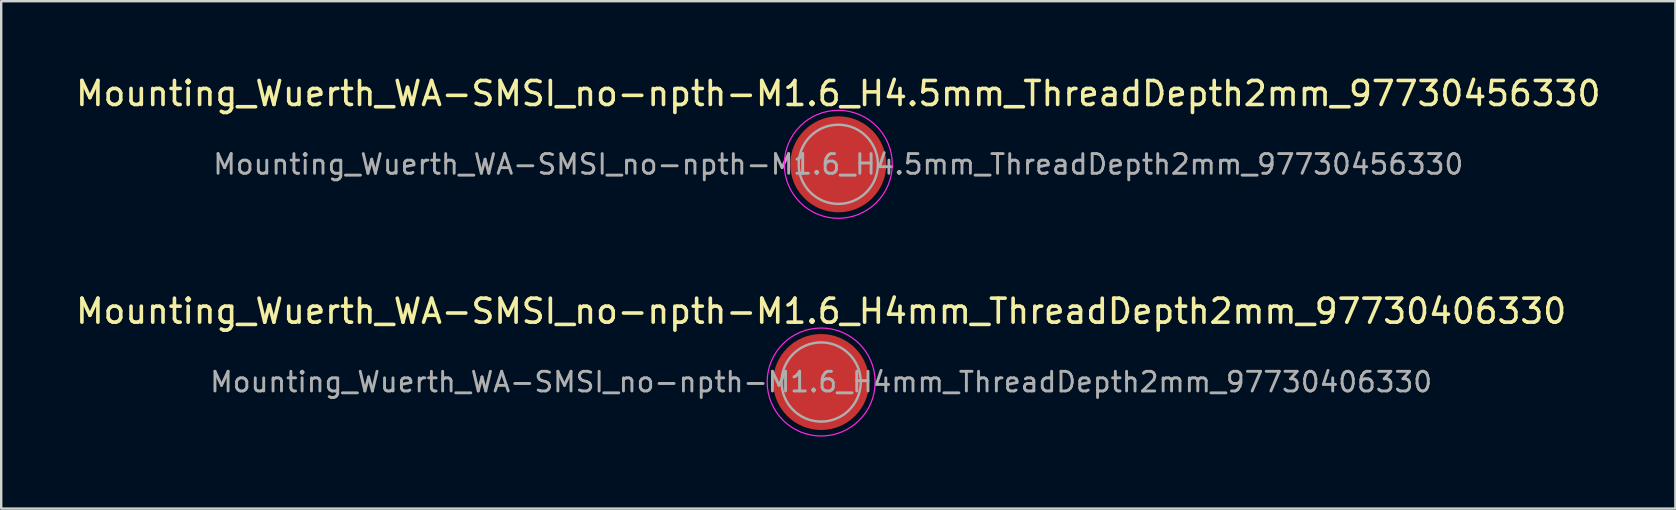
<source format=kicad_pcb>
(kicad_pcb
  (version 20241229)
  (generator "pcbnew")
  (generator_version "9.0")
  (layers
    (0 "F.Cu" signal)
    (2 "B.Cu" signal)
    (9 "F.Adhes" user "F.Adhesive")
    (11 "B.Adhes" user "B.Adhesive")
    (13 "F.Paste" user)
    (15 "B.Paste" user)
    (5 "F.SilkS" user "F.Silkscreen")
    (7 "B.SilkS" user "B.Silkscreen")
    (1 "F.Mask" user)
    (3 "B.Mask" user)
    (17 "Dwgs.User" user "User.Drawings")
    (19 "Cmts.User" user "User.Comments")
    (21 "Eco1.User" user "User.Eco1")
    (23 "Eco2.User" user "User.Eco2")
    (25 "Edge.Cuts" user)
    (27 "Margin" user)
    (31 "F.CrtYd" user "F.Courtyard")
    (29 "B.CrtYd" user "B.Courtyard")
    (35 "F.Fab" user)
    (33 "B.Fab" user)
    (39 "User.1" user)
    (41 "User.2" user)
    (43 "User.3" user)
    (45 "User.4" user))
  (footprint "Mounting_Wuerth_WA-SMSI_no-npth-M1.6_H4mm_ThreadDepth2mm_97730406330"
    (layer "F.Cu")
    (at 31.173 12.871)
    (property "Reference" "Mounting_Wuerth_WA-SMSI_no-npth-M1.6_H4mm_ThreadDepth2mm_97730406330" (at 0 -2.95 0) (layer "F.SilkS") (effects (font (size 1 1) (thickness 0.15))))
    (attr smd)
    (fp_circle (center 0 0) (end 2.25 0) (stroke (width 0.05) (type solid)) (fill no) (layer "F.CrtYd"))
    (fp_circle (center 0 0) (end 1.65 0) (stroke (width 0.1) (type solid)) (fill no) (layer "F.Fab"))
    (fp_text user "${REFERENCE}" (at 0 0 0) (layer "F.Fab") (effects (font (size 0.82 0.82) (thickness 0.12))))
    (pad "" smd custom (at -0.778 -0.778) (size 0.8 0.8) (layers "F.Paste") (options (anchor circle)) (primitives (gr_arc (start 0.465568 0.527817) (mid 0.494975 0.494974) (end 0.527818 0.465567) (width 0.2)) (gr_arc (start 0.344805 0.527817) (mid 0.424264 0.424264) (end 0.527818 0.344805) (width 0.2)) (gr_arc (start 0.232382 0.527817) (mid 0.353553 0.353553) (end 0.527817 0.232382) (width 0.2)) (gr_arc (start 0.123983 0.527817) (mid 0.282843 0.282842) (end 0.527818 0.123983) (width 0.2)) (gr_arc (start 0.017883 0.527817) (mid 0.212132 0.212132) (end 0.527817 0.017883) (width 0.2)) (gr_arc (start -0.086763 0.527817) (mid 0.141421 0.141421) (end 0.527817 -0.086763) (width 0.2)) (gr_arc (start -0.190428 0.527817) (mid 0.070711 0.070711) (end 0.527817 -0.190428) (width 0.2)) (gr_arc (start -0.293397 0.527817) (mid 0 0) (end 0.527817 -0.293397) (width 0.2)) (gr_arc (start -0.395852 0.527817) (mid -0.070711 -0.070711) (end 0.527817 -0.395852) (width 0.2)) (gr_arc (start -0.497918 0.527817) (mid -0.141422 -0.141422) (end 0.527817 -0.497918) (width 0.2)) (gr_arc (start -0.59968 0.527817) (mid -0.212132 -0.212132) (end 0.527817 -0.59968) (width 0.2)) (gr_arc (start -0.701202 0.527817) (mid -0.282843 -0.282843) (end 0.527817 -0.701202) (width 0.2)) (gr_arc (start -0.802531 0.527817) (mid -0.353554 -0.353554) (end 0.527817 -0.802531) (width 0.2)) (gr_arc (start -0.9037 0.527817) (mid -0.424264 -0.424264) (end 0.527817 -0.9037) (width 0.2)) (gr_arc (start -1.004737 0.527817) (mid -0.494975 -0.494975) (end 0.527817 -1.004737) (width 0.2)) (gr_line (start 0.528 0.466) (end 0.528 -1.005) (width 0.2)) (gr_line (start 0.466 0.528) (end -1.005 0.528) (width 0.2))))
    (pad "" smd custom (at -0.778 0.778) (size 0.8 0.8) (layers "F.Paste") (options (anchor circle)) (primitives (gr_arc (start 0.527817 -0.465568) (mid 0.494974 -0.494975) (end 0.465567 -0.527818) (width 0.2)) (gr_arc (start 0.527817 -0.344805) (mid 0.424264 -0.424264) (end 0.344805 -0.527818) (width 0.2)) (gr_arc (start 0.527817 -0.232382) (mid 0.353553 -0.353553) (end 0.232382 -0.527817) (width 0.2)) (gr_arc (start 0.527817 -0.123983) (mid 0.282842 -0.282843) (end 0.123983 -0.527818) (width 0.2)) (gr_arc (start 0.527817 -0.017883) (mid 0.212132 -0.212132) (end 0.017883 -0.527817) (width 0.2)) (gr_arc (start 0.527817 0.086763) (mid 0.141421 -0.141421) (end -0.086763 -0.527817) (width 0.2)) (gr_arc (start 0.527817 0.190428) (mid 0.070711 -0.070711) (end -0.190428 -0.527817) (width 0.2)) (gr_arc (start 0.527817 0.293397) (mid 0 0) (end -0.293397 -0.527817) (width 0.2)) (gr_arc (start 0.527817 0.395852) (mid -0.070711 0.070711) (end -0.395852 -0.527817) (width 0.2)) (gr_arc (start 0.527817 0.497918) (mid -0.141422 0.141422) (end -0.497918 -0.527817) (width 0.2)) (gr_arc (start 0.527817 0.59968) (mid -0.212132 0.212132) (end -0.59968 -0.527817) (width 0.2)) (gr_arc (start 0.527817 0.701202) (mid -0.282843 0.282843) (end -0.701202 -0.527817) (width 0.2)) (gr_arc (start 0.527817 0.802531) (mid -0.353554 0.353554) (end -0.802531 -0.527817) (width 0.2)) (gr_arc (start 0.527817 0.9037) (mid -0.424264 0.424264) (end -0.9037 -0.527817) (width 0.2)) (gr_arc (start 0.527817 1.004737) (mid -0.494975 0.494975) (end -1.004737 -0.527817) (width 0.2)) (gr_line (start 0.466 -0.528) (end -1.005 -0.528) (width 0.2)) (gr_line (start 0.528 -0.466) (end 0.528 1.005) (width 0.2))))
    (pad "" smd custom (at 0.778 -0.778) (size 0.8 0.8) (layers "F.Paste") (options (anchor circle)) (primitives (gr_arc (start -0.527817 0.465568) (mid -0.494974 0.494975) (end -0.465567 0.527818) (width 0.2)) (gr_arc (start -0.527817 0.344805) (mid -0.424264 0.424264) (end -0.344805 0.527818) (width 0.2)) (gr_arc (start -0.527817 0.232382) (mid -0.353553 0.353553) (end -0.232382 0.527817) (width 0.2)) (gr_arc (start -0.527817 0.123983) (mid -0.282842 0.282843) (end -0.123983 0.527818) (width 0.2)) (gr_arc (start -0.527817 0.017883) (mid -0.212132 0.212132) (end -0.017883 0.527817) (width 0.2)) (gr_arc (start -0.527817 -0.086763) (mid -0.141421 0.141421) (end 0.086763 0.527817) (width 0.2)) (gr_arc (start -0.527817 -0.190428) (mid -0.070711 0.070711) (end 0.190428 0.527817) (width 0.2)) (gr_arc (start -0.527817 -0.293397) (mid 0 0) (end 0.293397 0.527817) (width 0.2)) (gr_arc (start -0.527817 -0.395852) (mid 0.070711 -0.070711) (end 0.395852 0.527817) (width 0.2)) (gr_arc (start -0.527817 -0.497918) (mid 0.141422 -0.141422) (end 0.497918 0.527817) (width 0.2)) (gr_arc (start -0.527817 -0.59968) (mid 0.212132 -0.212132) (end 0.59968 0.527817) (width 0.2)) (gr_arc (start -0.527817 -0.701202) (mid 0.282843 -0.282843) (end 0.701202 0.527817) (width 0.2)) (gr_arc (start -0.527817 -0.802531) (mid 0.353554 -0.353554) (end 0.802531 0.527817) (width 0.2)) (gr_arc (start -0.527817 -0.9037) (mid 0.424264 -0.424264) (end 0.9037 0.527817) (width 0.2)) (gr_arc (start -0.527817 -1.004737) (mid 0.494975 -0.494975) (end 1.004737 0.527817) (width 0.2)) (gr_line (start -0.466 0.528) (end 1.005 0.528) (width 0.2)) (gr_line (start -0.528 0.466) (end -0.528 -1.005) (width 0.2))))
    (pad "" smd custom (at 0.778 0.778) (size 0.8 0.8) (layers "F.Paste") (options (anchor circle)) (primitives (gr_arc (start -0.465568 -0.527817) (mid -0.494975 -0.494974) (end -0.527818 -0.465567) (width 0.2)) (gr_arc (start -0.344805 -0.527817) (mid -0.424264 -0.424264) (end -0.527818 -0.344805) (width 0.2)) (gr_arc (start -0.232382 -0.527817) (mid -0.353553 -0.353553) (end -0.527817 -0.232382) (width 0.2)) (gr_arc (start -0.123983 -0.527817) (mid -0.282843 -0.282842) (end -0.527818 -0.123983) (width 0.2)) (gr_arc (start -0.017883 -0.527817) (mid -0.212132 -0.212132) (end -0.527817 -0.017883) (width 0.2)) (gr_arc (start 0.086763 -0.527817) (mid -0.141421 -0.141421) (end -0.527817 0.086763) (width 0.2)) (gr_arc (start 0.190428 -0.527817) (mid -0.070711 -0.070711) (end -0.527817 0.190428) (width 0.2)) (gr_arc (start 0.293397 -0.527817) (mid 0 0) (end -0.527817 0.293397) (width 0.2)) (gr_arc (start 0.395852 -0.527817) (mid 0.070711 0.070711) (end -0.527817 0.395852) (width 0.2)) (gr_arc (start 0.497918 -0.527817) (mid 0.141422 0.141422) (end -0.527817 0.497918) (width 0.2)) (gr_arc (start 0.59968 -0.527817) (mid 0.212132 0.212132) (end -0.527817 0.59968) (width 0.2)) (gr_arc (start 0.701202 -0.527817) (mid 0.282843 0.282843) (end -0.527817 0.701202) (width 0.2)) (gr_arc (start 0.802531 -0.527817) (mid 0.353554 0.353554) (end -0.527817 0.802531) (width 0.2)) (gr_arc (start 0.9037 -0.527817) (mid 0.424264 0.424264) (end -0.527817 0.9037) (width 0.2)) (gr_arc (start 1.004737 -0.527817) (mid 0.494975 0.494975) (end -0.527817 1.004737) (width 0.2)) (gr_line (start -0.528 -0.466) (end -0.528 1.005) (width 0.2)) (gr_line (start -0.466 -0.528) (end 1.005 -0.528) (width 0.2))))
    (pad "1" smd circle (at 0 0) (size 4 4) (layers "F.Cu" "F.Mask")))
  (footprint "Mounting_Wuerth_WA-SMSI_no-npth-M1.6_H4.5mm_ThreadDepth2mm_97730456330"
    (layer "F.Cu")
    (at 31.887 3.798)
    (property "Reference" "Mounting_Wuerth_WA-SMSI_no-npth-M1.6_H4.5mm_ThreadDepth2mm_97730456330" (at 0 -2.95 0) (layer "F.SilkS") (effects (font (size 1 1) (thickness 0.15))))
    (attr smd)
    (fp_circle (center 0 0) (end 2.25 0) (stroke (width 0.05) (type solid)) (fill no) (layer "F.CrtYd"))
    (fp_circle (center 0 0) (end 1.65 0) (stroke (width 0.1) (type solid)) (fill no) (layer "F.Fab"))
    (fp_text user "${REFERENCE}" (at 0 0 0) (layer "F.Fab") (effects (font (size 0.82 0.82) (thickness 0.12))))
    (pad "" smd custom (at -0.778 -0.778) (size 0.8 0.8) (layers "F.Paste") (options (anchor circle)) (primitives (gr_arc (start 0.465568 0.527817) (mid 0.494975 0.494974) (end 0.527818 0.465567) (width 0.2)) (gr_arc (start 0.344805 0.527817) (mid 0.424264 0.424264) (end 0.527818 0.344805) (width 0.2)) (gr_arc (start 0.232382 0.527817) (mid 0.353553 0.353553) (end 0.527817 0.232382) (width 0.2)) (gr_arc (start 0.123983 0.527817) (mid 0.282843 0.282842) (end 0.527818 0.123983) (width 0.2)) (gr_arc (start 0.017883 0.527817) (mid 0.212132 0.212132) (end 0.527817 0.017883) (width 0.2)) (gr_arc (start -0.086763 0.527817) (mid 0.141421 0.141421) (end 0.527817 -0.086763) (width 0.2)) (gr_arc (start -0.190428 0.527817) (mid 0.070711 0.070711) (end 0.527817 -0.190428) (width 0.2)) (gr_arc (start -0.293397 0.527817) (mid 0 0) (end 0.527817 -0.293397) (width 0.2)) (gr_arc (start -0.395852 0.527817) (mid -0.070711 -0.070711) (end 0.527817 -0.395852) (width 0.2)) (gr_arc (start -0.497918 0.527817) (mid -0.141422 -0.141422) (end 0.527817 -0.497918) (width 0.2)) (gr_arc (start -0.59968 0.527817) (mid -0.212132 -0.212132) (end 0.527817 -0.59968) (width 0.2)) (gr_arc (start -0.701202 0.527817) (mid -0.282843 -0.282843) (end 0.527817 -0.701202) (width 0.2)) (gr_arc (start -0.802531 0.527817) (mid -0.353554 -0.353554) (end 0.527817 -0.802531) (width 0.2)) (gr_arc (start -0.9037 0.527817) (mid -0.424264 -0.424264) (end 0.527817 -0.9037) (width 0.2)) (gr_arc (start -1.004737 0.527817) (mid -0.494975 -0.494975) (end 0.527817 -1.004737) (width 0.2)) (gr_line (start 0.528 0.466) (end 0.528 -1.005) (width 0.2)) (gr_line (start 0.466 0.528) (end -1.005 0.528) (width 0.2))))
    (pad "" smd custom (at -0.778 0.778) (size 0.8 0.8) (layers "F.Paste") (options (anchor circle)) (primitives (gr_arc (start 0.527817 -0.465568) (mid 0.494974 -0.494975) (end 0.465567 -0.527818) (width 0.2)) (gr_arc (start 0.527817 -0.344805) (mid 0.424264 -0.424264) (end 0.344805 -0.527818) (width 0.2)) (gr_arc (start 0.527817 -0.232382) (mid 0.353553 -0.353553) (end 0.232382 -0.527817) (width 0.2)) (gr_arc (start 0.527817 -0.123983) (mid 0.282842 -0.282843) (end 0.123983 -0.527818) (width 0.2)) (gr_arc (start 0.527817 -0.017883) (mid 0.212132 -0.212132) (end 0.017883 -0.527817) (width 0.2)) (gr_arc (start 0.527817 0.086763) (mid 0.141421 -0.141421) (end -0.086763 -0.527817) (width 0.2)) (gr_arc (start 0.527817 0.190428) (mid 0.070711 -0.070711) (end -0.190428 -0.527817) (width 0.2)) (gr_arc (start 0.527817 0.293397) (mid 0 0) (end -0.293397 -0.527817) (width 0.2)) (gr_arc (start 0.527817 0.395852) (mid -0.070711 0.070711) (end -0.395852 -0.527817) (width 0.2)) (gr_arc (start 0.527817 0.497918) (mid -0.141422 0.141422) (end -0.497918 -0.527817) (width 0.2)) (gr_arc (start 0.527817 0.59968) (mid -0.212132 0.212132) (end -0.59968 -0.527817) (width 0.2)) (gr_arc (start 0.527817 0.701202) (mid -0.282843 0.282843) (end -0.701202 -0.527817) (width 0.2)) (gr_arc (start 0.527817 0.802531) (mid -0.353554 0.353554) (end -0.802531 -0.527817) (width 0.2)) (gr_arc (start 0.527817 0.9037) (mid -0.424264 0.424264) (end -0.9037 -0.527817) (width 0.2)) (gr_arc (start 0.527817 1.004737) (mid -0.494975 0.494975) (end -1.004737 -0.527817) (width 0.2)) (gr_line (start 0.466 -0.528) (end -1.005 -0.528) (width 0.2)) (gr_line (start 0.528 -0.466) (end 0.528 1.005) (width 0.2))))
    (pad "" smd custom (at 0.778 -0.778) (size 0.8 0.8) (layers "F.Paste") (options (anchor circle)) (primitives (gr_arc (start -0.527817 0.465568) (mid -0.494974 0.494975) (end -0.465567 0.527818) (width 0.2)) (gr_arc (start -0.527817 0.344805) (mid -0.424264 0.424264) (end -0.344805 0.527818) (width 0.2)) (gr_arc (start -0.527817 0.232382) (mid -0.353553 0.353553) (end -0.232382 0.527817) (width 0.2)) (gr_arc (start -0.527817 0.123983) (mid -0.282842 0.282843) (end -0.123983 0.527818) (width 0.2)) (gr_arc (start -0.527817 0.017883) (mid -0.212132 0.212132) (end -0.017883 0.527817) (width 0.2)) (gr_arc (start -0.527817 -0.086763) (mid -0.141421 0.141421) (end 0.086763 0.527817) (width 0.2)) (gr_arc (start -0.527817 -0.190428) (mid -0.070711 0.070711) (end 0.190428 0.527817) (width 0.2)) (gr_arc (start -0.527817 -0.293397) (mid 0 0) (end 0.293397 0.527817) (width 0.2)) (gr_arc (start -0.527817 -0.395852) (mid 0.070711 -0.070711) (end 0.395852 0.527817) (width 0.2)) (gr_arc (start -0.527817 -0.497918) (mid 0.141422 -0.141422) (end 0.497918 0.527817) (width 0.2)) (gr_arc (start -0.527817 -0.59968) (mid 0.212132 -0.212132) (end 0.59968 0.527817) (width 0.2)) (gr_arc (start -0.527817 -0.701202) (mid 0.282843 -0.282843) (end 0.701202 0.527817) (width 0.2)) (gr_arc (start -0.527817 -0.802531) (mid 0.353554 -0.353554) (end 0.802531 0.527817) (width 0.2)) (gr_arc (start -0.527817 -0.9037) (mid 0.424264 -0.424264) (end 0.9037 0.527817) (width 0.2)) (gr_arc (start -0.527817 -1.004737) (mid 0.494975 -0.494975) (end 1.004737 0.527817) (width 0.2)) (gr_line (start -0.466 0.528) (end 1.005 0.528) (width 0.2)) (gr_line (start -0.528 0.466) (end -0.528 -1.005) (width 0.2))))
    (pad "" smd custom (at 0.778 0.778) (size 0.8 0.8) (layers "F.Paste") (options (anchor circle)) (primitives (gr_arc (start -0.465568 -0.527817) (mid -0.494975 -0.494974) (end -0.527818 -0.465567) (width 0.2)) (gr_arc (start -0.344805 -0.527817) (mid -0.424264 -0.424264) (end -0.527818 -0.344805) (width 0.2)) (gr_arc (start -0.232382 -0.527817) (mid -0.353553 -0.353553) (end -0.527817 -0.232382) (width 0.2)) (gr_arc (start -0.123983 -0.527817) (mid -0.282843 -0.282842) (end -0.527818 -0.123983) (width 0.2)) (gr_arc (start -0.017883 -0.527817) (mid -0.212132 -0.212132) (end -0.527817 -0.017883) (width 0.2)) (gr_arc (start 0.086763 -0.527817) (mid -0.141421 -0.141421) (end -0.527817 0.086763) (width 0.2)) (gr_arc (start 0.190428 -0.527817) (mid -0.070711 -0.070711) (end -0.527817 0.190428) (width 0.2)) (gr_arc (start 0.293397 -0.527817) (mid 0 0) (end -0.527817 0.293397) (width 0.2)) (gr_arc (start 0.395852 -0.527817) (mid 0.070711 0.070711) (end -0.527817 0.395852) (width 0.2)) (gr_arc (start 0.497918 -0.527817) (mid 0.141422 0.141422) (end -0.527817 0.497918) (width 0.2)) (gr_arc (start 0.59968 -0.527817) (mid 0.212132 0.212132) (end -0.527817 0.59968) (width 0.2)) (gr_arc (start 0.701202 -0.527817) (mid 0.282843 0.282843) (end -0.527817 0.701202) (width 0.2)) (gr_arc (start 0.802531 -0.527817) (mid 0.353554 0.353554) (end -0.527817 0.802531) (width 0.2)) (gr_arc (start 0.9037 -0.527817) (mid 0.424264 0.424264) (end -0.527817 0.9037) (width 0.2)) (gr_arc (start 1.004737 -0.527817) (mid 0.494975 0.494975) (end -0.527817 1.004737) (width 0.2)) (gr_line (start -0.528 -0.466) (end -0.528 1.005) (width 0.2)) (gr_line (start -0.466 -0.528) (end 1.005 -0.528) (width 0.2))))
    (pad "1" smd circle (at 0 0) (size 4 4) (layers "F.Cu" "F.Mask")))
  (gr_rect
    (start -3 -3)
    (end 66.774 18.146)
    (stroke (width 0.1) (type default))
    (fill no)
    (layer "Edge.Cuts")))
</source>
